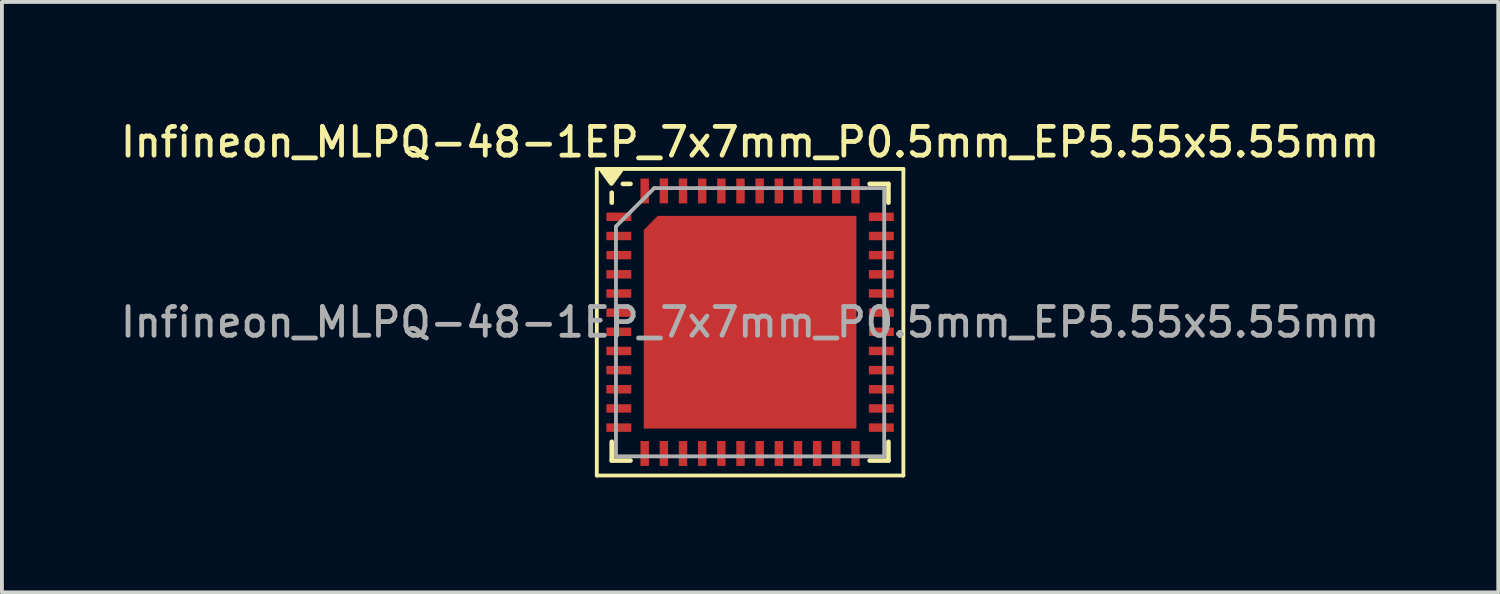
<source format=kicad_pcb>
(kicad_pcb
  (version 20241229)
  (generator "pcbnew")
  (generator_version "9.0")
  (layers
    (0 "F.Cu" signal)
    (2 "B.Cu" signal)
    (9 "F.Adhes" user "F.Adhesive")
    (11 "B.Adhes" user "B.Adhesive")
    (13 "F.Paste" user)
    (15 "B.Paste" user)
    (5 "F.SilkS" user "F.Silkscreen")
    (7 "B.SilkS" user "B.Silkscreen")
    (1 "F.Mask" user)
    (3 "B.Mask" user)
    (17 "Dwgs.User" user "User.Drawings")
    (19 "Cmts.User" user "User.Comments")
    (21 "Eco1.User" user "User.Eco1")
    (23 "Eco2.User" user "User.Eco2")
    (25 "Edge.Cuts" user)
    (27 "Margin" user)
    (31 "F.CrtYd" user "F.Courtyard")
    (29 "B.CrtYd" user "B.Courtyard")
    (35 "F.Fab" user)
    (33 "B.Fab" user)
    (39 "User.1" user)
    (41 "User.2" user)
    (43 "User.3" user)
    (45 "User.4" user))
  (footprint "Infineon_MLPQ-48-1EP_7x7mm_P0.5mm_EP5.55x5.55mm"
    (layer "F.Cu")
    (at 16.523 5.358)
    (property "Reference" "Infineon_MLPQ-48-1EP_7x7mm_P0.5mm_EP5.55x5.55mm" (at 0 -4.7 0) (layer "F.SilkS") (effects (font (size 0.75 0.75) (thickness 0.125))))
    (attr smd)
    (fp_line (start -4 -4) (end -4 4) (stroke (width 0.1) (type solid)) (layer "F.SilkS"))
    (fp_line (start -4 4) (end 4 4) (stroke (width 0.1) (type solid)) (layer "F.SilkS"))
    (fp_line (start -3.61 -3.38) (end -3.61 -3.12) (stroke (width 0.12) (type solid)) (layer "F.SilkS"))
    (fp_line (start -3.61 3.61) (end -3.61 3.12) (stroke (width 0.12) (type solid)) (layer "F.SilkS"))
    (fp_line (start -3.12 -3.61) (end -3.32 -3.61) (stroke (width 0.12) (type solid)) (layer "F.SilkS"))
    (fp_line (start -3.12 3.61) (end -3.61 3.61) (stroke (width 0.12) (type solid)) (layer "F.SilkS"))
    (fp_line (start 3.12 -3.61) (end 3.61 -3.61) (stroke (width 0.12) (type solid)) (layer "F.SilkS"))
    (fp_line (start 3.12 3.61) (end 3.61 3.61) (stroke (width 0.12) (type solid)) (layer "F.SilkS"))
    (fp_line (start 3.61 -3.12) (end 3.61 -3.61) (stroke (width 0.12) (type solid)) (layer "F.SilkS"))
    (fp_line (start 3.61 3.61) (end 3.61 3.12) (stroke (width 0.12) (type solid)) (layer "F.SilkS"))
    (fp_line (start 4 -4) (end -4 -4) (stroke (width 0.1) (type solid)) (layer "F.SilkS"))
    (fp_line (start 4 4) (end 4 -4) (stroke (width 0.1) (type solid)) (layer "F.SilkS"))
    (fp_poly (pts (xy -3.62 -3.62) (xy -3.86 -3.95) (xy -3.38 -3.95) (xy -3.62 -3.62)) (stroke (width 0.12) (type solid)) (fill yes) (layer "F.SilkS"))
    (fp_line (start -3.5 3.5) (end -3.5 -2.5) (stroke (width 0.1) (type solid)) (layer "F.Fab"))
    (fp_line (start -2.5 -3.5) (end -3.5 -2.5) (stroke (width 0.1) (type solid)) (layer "F.Fab"))
    (fp_line (start 3.5 -3.5) (end -2.5 -3.5) (stroke (width 0.1) (type solid)) (layer "F.Fab"))
    (fp_line (start 3.5 -3.5) (end 3.5 3.5) (stroke (width 0.1) (type solid)) (layer "F.Fab"))
    (fp_line (start 3.5 3.5) (end -3.5 3.5) (stroke (width 0.1) (type solid)) (layer "F.Fab"))
    (fp_text user "${REFERENCE}" (at 0 0 0) (layer "F.Fab") (effects (font (size 0.75 0.75) (thickness 0.125))))
    (pad "" smd rect (at -3.425 -2.75) (size 0.55 0.22) (layers "F.Paste"))
    (pad "" smd rect (at -3.425 -2.25) (size 0.55 0.22) (layers "F.Paste"))
    (pad "" smd rect (at -3.425 -1.75) (size 0.55 0.22) (layers "F.Paste"))
    (pad "" smd rect (at -3.425 -1.25) (size 0.55 0.22) (layers "F.Paste"))
    (pad "" smd rect (at -3.425 -0.75) (size 0.55 0.22) (layers "F.Paste"))
    (pad "" smd rect (at -3.425 -0.25) (size 0.55 0.22) (layers "F.Paste"))
    (pad "" smd rect (at -3.425 0.25) (size 0.55 0.22) (layers "F.Paste"))
    (pad "" smd rect (at -3.425 0.75) (size 0.55 0.22) (layers "F.Paste"))
    (pad "" smd rect (at -3.425 1.25) (size 0.55 0.22) (layers "F.Paste"))
    (pad "" smd rect (at -3.425 1.75) (size 0.55 0.22) (layers "F.Paste"))
    (pad "" smd rect (at -3.425 2.25) (size 0.55 0.22) (layers "F.Paste"))
    (pad "" smd rect (at -3.425 2.75) (size 0.55 0.22) (layers "F.Paste"))
    (pad "" smd rect (at -2.75 -3.425) (size 0.22 0.55) (layers "F.Paste"))
    (pad "" smd rect (at -2.75 3.425) (size 0.22 0.55) (layers "F.Paste"))
    (pad "" smd rect (at -2.25 -3.425) (size 0.22 0.55) (layers "F.Paste"))
    (pad "" smd rect (at -2.25 3.425) (size 0.22 0.55) (layers "F.Paste"))
    (pad "" smd custom (at -2.175 -2.175) (size 0.5 0.5) (layers "F.Paste") (options (anchor rect)) (primitives (gr_poly (pts (xy 0.55 0.55) (xy -0.55 0.55) (xy -0.55 -0.211) (xy -0.211 -0.55) (xy 0.55 -0.55)) (width 0) (fill yes))))
    (pad "" smd rect (at -2.175 -0.725) (size 1.1 1.1) (layers "F.Paste"))
    (pad "" smd rect (at -2.175 0.725) (size 1.1 1.1) (layers "F.Paste"))
    (pad "" smd rect (at -2.175 2.175) (size 1.1 1.1) (layers "F.Paste"))
    (pad "" smd rect (at -1.75 -3.425) (size 0.22 0.55) (layers "F.Paste"))
    (pad "" smd rect (at -1.75 3.425) (size 0.22 0.55) (layers "F.Paste"))
    (pad "" smd rect (at -1.25 -3.425) (size 0.22 0.55) (layers "F.Paste"))
    (pad "" smd rect (at -1.25 3.425) (size 0.22 0.55) (layers "F.Paste"))
    (pad "" smd rect (at -0.75 -3.425) (size 0.22 0.55) (layers "F.Paste"))
    (pad "" smd rect (at -0.75 3.425) (size 0.22 0.55) (layers "F.Paste"))
    (pad "" smd rect (at -0.725 -2.175) (size 1.1 1.1) (layers "F.Paste"))
    (pad "" smd rect (at -0.725 -0.725) (size 1.1 1.1) (layers "F.Paste"))
    (pad "" smd rect (at -0.725 0.725) (size 1.1 1.1) (layers "F.Paste"))
    (pad "" smd rect (at -0.725 2.175) (size 1.1 1.1) (layers "F.Paste"))
    (pad "" smd rect (at -0.25 -3.425) (size 0.22 0.55) (layers "F.Paste"))
    (pad "" smd rect (at -0.25 3.425) (size 0.22 0.55) (layers "F.Paste"))
    (pad "" smd rect (at 0.25 -3.425) (size 0.22 0.55) (layers "F.Paste"))
    (pad "" smd rect (at 0.25 3.425) (size 0.22 0.55) (layers "F.Paste"))
    (pad "" smd rect (at 0.725 -2.175) (size 1.1 1.1) (layers "F.Paste"))
    (pad "" smd rect (at 0.725 -0.725) (size 1.1 1.1) (layers "F.Paste"))
    (pad "" smd rect (at 0.725 0.725) (size 1.1 1.1) (layers "F.Paste"))
    (pad "" smd rect (at 0.725 2.175) (size 1.1 1.1) (layers "F.Paste"))
    (pad "" smd rect (at 0.75 -3.425) (size 0.22 0.55) (layers "F.Paste"))
    (pad "" smd rect (at 0.75 3.425) (size 0.22 0.55) (layers "F.Paste"))
    (pad "" smd rect (at 1.25 -3.425) (size 0.22 0.55) (layers "F.Paste"))
    (pad "" smd rect (at 1.25 3.425) (size 0.22 0.55) (layers "F.Paste"))
    (pad "" smd rect (at 1.75 -3.425) (size 0.22 0.55) (layers "F.Paste"))
    (pad "" smd rect (at 1.75 3.425) (size 0.22 0.55) (layers "F.Paste"))
    (pad "" smd rect (at 2.175 -2.175) (size 1.1 1.1) (layers "F.Paste"))
    (pad "" smd rect (at 2.175 -0.725) (size 1.1 1.1) (layers "F.Paste"))
    (pad "" smd rect (at 2.175 0.725) (size 1.1 1.1) (layers "F.Paste"))
    (pad "" smd rect (at 2.175 2.175) (size 1.1 1.1) (layers "F.Paste"))
    (pad "" smd rect (at 2.25 -3.425) (size 0.22 0.55) (layers "F.Paste"))
    (pad "" smd rect (at 2.25 3.425) (size 0.22 0.55) (layers "F.Paste"))
    (pad "" smd rect (at 2.75 -3.425) (size 0.22 0.55) (layers "F.Paste"))
    (pad "" smd rect (at 2.75 3.425) (size 0.22 0.55) (layers "F.Paste"))
    (pad "" smd rect (at 3.425 -2.75) (size 0.55 0.22) (layers "F.Paste"))
    (pad "" smd rect (at 3.425 -2.25) (size 0.55 0.22) (layers "F.Paste"))
    (pad "" smd rect (at 3.425 -1.75) (size 0.55 0.22) (layers "F.Paste"))
    (pad "" smd rect (at 3.425 -1.25) (size 0.55 0.22) (layers "F.Paste"))
    (pad "" smd rect (at 3.425 -0.75) (size 0.55 0.22) (layers "F.Paste"))
    (pad "" smd rect (at 3.425 -0.25) (size 0.55 0.22) (layers "F.Paste"))
    (pad "" smd rect (at 3.425 0.25) (size 0.55 0.22) (layers "F.Paste"))
    (pad "" smd rect (at 3.425 0.75) (size 0.55 0.22) (layers "F.Paste"))
    (pad "" smd rect (at 3.425 1.25) (size 0.55 0.22) (layers "F.Paste"))
    (pad "" smd rect (at 3.425 1.75) (size 0.55 0.22) (layers "F.Paste"))
    (pad "" smd rect (at 3.425 2.25) (size 0.55 0.22) (layers "F.Paste"))
    (pad "" smd rect (at 3.425 2.75) (size 0.55 0.22) (layers "F.Paste"))
    (pad "1" smd rect (at -3.425 -2.75) (size 0.65 0.22) (layers "F.Cu" "F.Mask"))
    (pad "2" smd rect (at -3.425 -2.25) (size 0.65 0.22) (layers "F.Cu" "F.Mask"))
    (pad "3" smd rect (at -3.425 -1.75) (size 0.65 0.22) (layers "F.Cu" "F.Mask"))
    (pad "4" smd rect (at -3.425 -1.25) (size 0.65 0.22) (layers "F.Cu" "F.Mask"))
    (pad "5" smd rect (at -3.425 -0.75) (size 0.65 0.22) (layers "F.Cu" "F.Mask"))
    (pad "6" smd rect (at -3.425 -0.25) (size 0.65 0.22) (layers "F.Cu" "F.Mask"))
    (pad "7" smd rect (at -3.425 0.25) (size 0.65 0.22) (layers "F.Cu" "F.Mask"))
    (pad "8" smd rect (at -3.425 0.75) (size 0.65 0.22) (layers "F.Cu" "F.Mask"))
    (pad "9" smd rect (at -3.425 1.25) (size 0.65 0.22) (layers "F.Cu" "F.Mask"))
    (pad "10" smd rect (at -3.425 1.75) (size 0.65 0.22) (layers "F.Cu" "F.Mask"))
    (pad "11" smd rect (at -3.425 2.25) (size 0.65 0.22) (layers "F.Cu" "F.Mask"))
    (pad "12" smd rect (at -3.425 2.75) (size 0.65 0.22) (layers "F.Cu" "F.Mask"))
    (pad "13" smd rect (at -2.75 3.425) (size 0.22 0.65) (layers "F.Cu" "F.Mask"))
    (pad "14" smd rect (at -2.25 3.425) (size 0.22 0.65) (layers "F.Cu" "F.Mask"))
    (pad "15" smd rect (at -1.75 3.425) (size 0.22 0.65) (layers "F.Cu" "F.Mask"))
    (pad "16" smd rect (at -1.25 3.425) (size 0.22 0.65) (layers "F.Cu" "F.Mask"))
    (pad "17" smd rect (at -0.75 3.425) (size 0.22 0.65) (layers "F.Cu" "F.Mask"))
    (pad "18" smd rect (at -0.25 3.425) (size 0.22 0.65) (layers "F.Cu" "F.Mask"))
    (pad "19" smd rect (at 0.25 3.425) (size 0.22 0.65) (layers "F.Cu" "F.Mask"))
    (pad "20" smd rect (at 0.75 3.425) (size 0.22 0.65) (layers "F.Cu" "F.Mask"))
    (pad "21" smd rect (at 1.25 3.425) (size 0.22 0.65) (layers "F.Cu" "F.Mask"))
    (pad "22" smd rect (at 1.75 3.425) (size 0.22 0.65) (layers "F.Cu" "F.Mask"))
    (pad "23" smd rect (at 2.25 3.425) (size 0.22 0.65) (layers "F.Cu" "F.Mask"))
    (pad "24" smd rect (at 2.75 3.425) (size 0.22 0.65) (layers "F.Cu" "F.Mask"))
    (pad "25" smd rect (at 3.425 2.75) (size 0.65 0.22) (layers "F.Cu" "F.Mask"))
    (pad "26" smd rect (at 3.425 2.25) (size 0.65 0.22) (layers "F.Cu" "F.Mask"))
    (pad "27" smd rect (at 3.425 1.75) (size 0.65 0.22) (layers "F.Cu" "F.Mask"))
    (pad "28" smd rect (at 3.425 1.25) (size 0.65 0.22) (layers "F.Cu" "F.Mask"))
    (pad "29" smd rect (at 3.425 0.75) (size 0.65 0.22) (layers "F.Cu" "F.Mask"))
    (pad "30" smd rect (at 3.425 0.25) (size 0.65 0.22) (layers "F.Cu" "F.Mask"))
    (pad "31" smd rect (at 3.425 -0.25) (size 0.65 0.22) (layers "F.Cu" "F.Mask"))
    (pad "32" smd rect (at 3.425 -0.75) (size 0.65 0.22) (layers "F.Cu" "F.Mask"))
    (pad "33" smd rect (at 3.425 -1.25) (size 0.65 0.22) (layers "F.Cu" "F.Mask"))
    (pad "34" smd rect (at 3.425 -1.75) (size 0.65 0.22) (layers "F.Cu" "F.Mask"))
    (pad "35" smd rect (at 3.425 -2.25) (size 0.65 0.22) (layers "F.Cu" "F.Mask"))
    (pad "36" smd rect (at 3.425 -2.75) (size 0.65 0.22) (layers "F.Cu" "F.Mask"))
    (pad "37" smd rect (at 2.75 -3.425) (size 0.22 0.65) (layers "F.Cu" "F.Mask"))
    (pad "38" smd rect (at 2.25 -3.425) (size 0.22 0.65) (layers "F.Cu" "F.Mask"))
    (pad "39" smd rect (at 1.75 -3.425) (size 0.22 0.65) (layers "F.Cu" "F.Mask"))
    (pad "40" smd rect (at 1.25 -3.425) (size 0.22 0.65) (layers "F.Cu" "F.Mask"))
    (pad "41" smd rect (at 0.75 -3.425) (size 0.22 0.65) (layers "F.Cu" "F.Mask"))
    (pad "42" smd rect (at 0.25 -3.425) (size 0.22 0.65) (layers "F.Cu" "F.Mask"))
    (pad "43" smd rect (at -0.25 -3.425) (size 0.22 0.65) (layers "F.Cu" "F.Mask"))
    (pad "44" smd rect (at -0.75 -3.425) (size 0.22 0.65) (layers "F.Cu" "F.Mask"))
    (pad "45" smd rect (at -1.25 -3.425) (size 0.22 0.65) (layers "F.Cu" "F.Mask"))
    (pad "46" smd rect (at -1.75 -3.425) (size 0.22 0.65) (layers "F.Cu" "F.Mask"))
    (pad "47" smd rect (at -2.25 -3.425) (size 0.22 0.65) (layers "F.Cu" "F.Mask"))
    (pad "48" smd rect (at -2.75 -3.425) (size 0.22 0.65) (layers "F.Cu" "F.Mask"))
    (pad "49" smd custom (at 0 0) (size 5 5) (layers "F.Cu" "F.Mask") (options (anchor rect)) (primitives (gr_poly (pts (xy 2.775 2.775) (xy -2.775 2.775) (xy -2.775 -2.407) (xy -2.407 -2.775) (xy 2.775 -2.775)) (width 0) (fill yes)))))
  (gr_rect
    (start -3 -3)
    (end 36.046 12.408)
    (stroke (width 0.1) (type default))
    (fill no)
    (layer "Edge.Cuts")))
</source>
